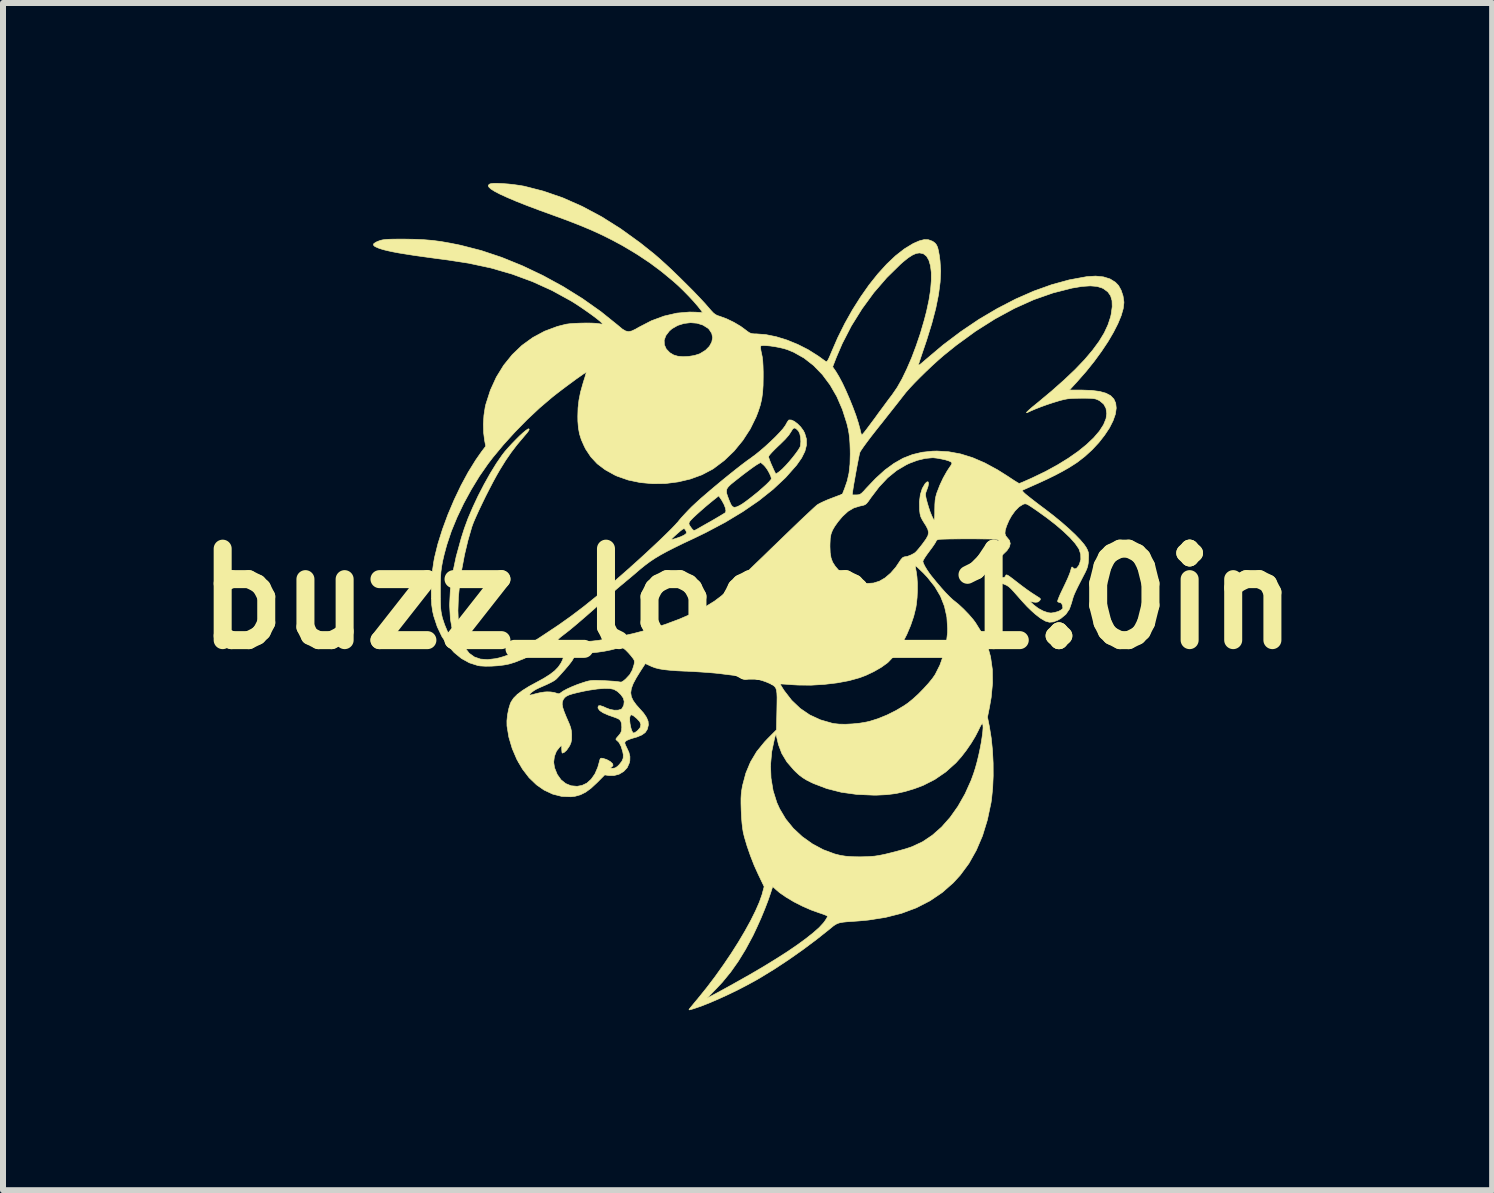
<source format=kicad_pcb>
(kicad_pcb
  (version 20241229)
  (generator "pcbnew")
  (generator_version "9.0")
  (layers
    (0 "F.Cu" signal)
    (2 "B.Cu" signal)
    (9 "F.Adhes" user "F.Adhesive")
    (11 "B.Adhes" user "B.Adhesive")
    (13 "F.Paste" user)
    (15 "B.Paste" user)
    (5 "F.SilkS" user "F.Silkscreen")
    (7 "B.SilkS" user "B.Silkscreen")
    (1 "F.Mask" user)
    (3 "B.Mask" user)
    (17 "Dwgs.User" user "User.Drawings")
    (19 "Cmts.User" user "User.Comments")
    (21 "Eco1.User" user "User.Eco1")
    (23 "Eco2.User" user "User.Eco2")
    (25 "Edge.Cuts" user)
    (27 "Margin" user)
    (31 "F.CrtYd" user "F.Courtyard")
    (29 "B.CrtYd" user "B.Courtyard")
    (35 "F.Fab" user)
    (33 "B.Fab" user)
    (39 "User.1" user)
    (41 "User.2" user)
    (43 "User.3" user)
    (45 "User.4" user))
  (footprint "buzz_logo_1.0in"
    (layer "F.Cu")
    (at 9.405 6.926)
    (property "Reference" "buzz_logo_1.0in" (at 0 0 0) (layer "F.SilkS") (effects (font (size 1.524 1.524) (thickness 0.3))))
    (attr through_hole)
    (fp_poly (pts (xy -4.077 -6.917) (xy -3.982 -6.91) (xy -3.885 -6.899) (xy -3.793 -6.886) (xy -3.723 -6.874) (xy -3.4 -6.791) (xy -3.078 -6.68) (xy -2.757 -6.538) (xy -2.436 -6.367) (xy -2.115 -6.165) (xy -1.792 -5.932) (xy -1.556 -5.744) (xy -1.467 -5.667) (xy -1.364 -5.574) (xy -1.251 -5.468) (xy -1.133 -5.354) (xy -1.016 -5.238) (xy -0.903 -5.125) (xy -0.801 -5.018) (xy -0.713 -4.924) (xy -0.659 -4.862) (xy -0.607 -4.802) (xy -0.568 -4.761) (xy -0.534 -4.735) (xy -0.5 -4.718) (xy -0.462 -4.706) (xy -0.348 -4.664) (xy -0.228 -4.606) (xy -0.115 -4.539) (xy -0.048 -4.49) (xy 0.003 -4.451) (xy 0.04 -4.428) (xy 0.074 -4.417) (xy 0.117 -4.413) (xy 0.147 -4.413) (xy 0.305 -4.401) (xy 0.477 -4.366) (xy 0.656 -4.311) (xy 0.835 -4.238) (xy 1.009 -4.15) (xy 1.171 -4.048) (xy 1.19 -4.035) (xy 1.241 -3.998) (xy 1.283 -3.968) (xy 1.308 -3.951) (xy 1.311 -3.949) (xy 1.325 -3.955) (xy 1.346 -3.988) (xy 1.374 -4.05) (xy 1.398 -4.108) (xy 1.503 -4.35) (xy 1.621 -4.587) (xy 1.748 -4.813) (xy 1.884 -5.028) (xy 2.025 -5.229) (xy 2.171 -5.412) (xy 2.319 -5.575) (xy 2.467 -5.715) (xy 2.613 -5.829) (xy 2.754 -5.915) (xy 2.763 -5.92) (xy 2.862 -5.963) (xy 2.943 -5.984) (xy 3.013 -5.982) (xy 3.076 -5.959) (xy 3.098 -5.946) (xy 3.127 -5.923) (xy 3.149 -5.894) (xy 3.167 -5.854) (xy 3.181 -5.798) (xy 3.195 -5.721) (xy 3.207 -5.628) (xy 3.218 -5.461) (xy 3.209 -5.275) (xy 3.182 -5.068) (xy 3.136 -4.839) (xy 3.07 -4.587) (xy 2.985 -4.312) (xy 2.955 -4.223) (xy 2.924 -4.132) (xy 2.896 -4.049) (xy 2.873 -3.98) (xy 2.857 -3.93) (xy 2.849 -3.906) (xy 2.849 -3.894) (xy 2.863 -3.897) (xy 2.893 -3.919) (xy 2.941 -3.96) (xy 2.971 -3.986) (xy 3.259 -4.229) (xy 3.555 -4.452) (xy 3.856 -4.655) (xy 4.161 -4.835) (xy 4.466 -4.993) (xy 4.769 -5.126) (xy 5.068 -5.233) (xy 5.36 -5.313) (xy 5.643 -5.365) (xy 5.655 -5.367) (xy 5.8 -5.376) (xy 5.929 -5.363) (xy 6.039 -5.329) (xy 6.128 -5.274) (xy 6.181 -5.219) (xy 6.224 -5.141) (xy 6.256 -5.046) (xy 6.27 -4.951) (xy 6.271 -4.933) (xy 6.259 -4.833) (xy 6.225 -4.716) (xy 6.17 -4.583) (xy 6.096 -4.438) (xy 6.005 -4.283) (xy 5.897 -4.121) (xy 5.776 -3.955) (xy 5.642 -3.788) (xy 5.497 -3.623) (xy 5.491 -3.616) (xy 5.363 -3.477) (xy 5.576 -3.477) (xy 5.735 -3.471) (xy 5.867 -3.454) (xy 5.971 -3.425) (xy 6.049 -3.384) (xy 6.103 -3.328) (xy 6.134 -3.259) (xy 6.143 -3.177) (xy 6.129 -3.077) (xy 6.09 -2.966) (xy 6.03 -2.847) (xy 5.949 -2.725) (xy 5.853 -2.602) (xy 5.742 -2.483) (xy 5.622 -2.373) (xy 5.493 -2.273) (xy 5.458 -2.25) (xy 5.356 -2.185) (xy 5.247 -2.123) (xy 5.126 -2.059) (xy 4.987 -1.991) (xy 4.824 -1.916) (xy 4.814 -1.912) (xy 4.572 -1.804) (xy 4.608 -1.765) (xy 4.63 -1.745) (xy 4.674 -1.709) (xy 4.736 -1.66) (xy 4.811 -1.602) (xy 4.895 -1.538) (xy 4.953 -1.495) (xy 5.096 -1.385) (xy 5.229 -1.276) (xy 5.35 -1.17) (xy 5.456 -1.071) (xy 5.543 -0.981) (xy 5.609 -0.903) (xy 5.643 -0.853) (xy 5.665 -0.81) (xy 5.678 -0.773) (xy 5.683 -0.73) (xy 5.681 -0.668) (xy 5.681 -0.655) (xy 5.676 -0.591) (xy 5.667 -0.541) (xy 5.65 -0.491) (xy 5.622 -0.431) (xy 5.604 -0.397) (xy 5.548 -0.288) (xy 5.504 -0.202) (xy 5.471 -0.134) (xy 5.446 -0.079) (xy 5.428 -0.033) (xy 5.415 0.01) (xy 5.403 0.053) (xy 5.401 0.062) (xy 5.363 0.172) (xy 5.303 0.26) (xy 5.219 0.329) (xy 5.167 0.358) (xy 5.094 0.386) (xy 5.028 0.391) (xy 4.962 0.372) (xy 4.887 0.328) (xy 4.862 0.31) (xy 4.793 0.256) (xy 4.727 0.197) (xy 4.658 0.13) (xy 4.582 0.048) (xy 4.492 -0.054) (xy 4.49 -0.056) (xy 4.433 -0.121) (xy 4.39 -0.167) (xy 4.355 -0.199) (xy 4.321 -0.222) (xy 4.281 -0.24) (xy 4.235 -0.258) (xy 4.13 -0.304) (xy 4.043 -0.358) (xy 3.977 -0.416) (xy 3.935 -0.476) (xy 3.93 -0.496) (xy 4.032 -0.496) (xy 4.048 -0.437) (xy 4.079 -0.396) (xy 4.113 -0.367) (xy 4.15 -0.353) (xy 4.203 -0.349) (xy 4.206 -0.349) (xy 4.256 -0.351) (xy 4.284 -0.36) (xy 4.298 -0.379) (xy 4.299 -0.382) (xy 4.306 -0.395) (xy 4.318 -0.398) (xy 4.339 -0.389) (xy 4.373 -0.366) (xy 4.425 -0.327) (xy 4.462 -0.298) (xy 4.567 -0.217) (xy 4.655 -0.152) (xy 4.733 -0.098) (xy 4.806 -0.051) (xy 4.823 -0.04) (xy 4.863 -0.015) (xy 4.88 0.002) (xy 4.877 0.017) (xy 4.864 0.034) (xy 4.837 0.054) (xy 4.802 0.059) (xy 4.771 0.056) (xy 4.707 0.046) (xy 4.77 0.104) (xy 4.845 0.161) (xy 4.927 0.205) (xy 5.006 0.232) (xy 5.056 0.238) (xy 5.112 0.23) (xy 5.172 0.213) (xy 5.187 0.207) (xy 5.227 0.185) (xy 5.251 0.163) (xy 5.254 0.156) (xy 5.246 0.105) (xy 5.227 0.072) (xy 5.206 0.064) (xy 5.176 0.055) (xy 5.166 0.046) (xy 5.169 0.026) (xy 5.185 -0.016) (xy 5.21 -0.076) (xy 5.244 -0.147) (xy 5.26 -0.18) (xy 5.299 -0.262) (xy 5.335 -0.34) (xy 5.363 -0.408) (xy 5.381 -0.457) (xy 5.383 -0.467) (xy 5.395 -0.511) (xy 5.405 -0.529) (xy 5.415 -0.526) (xy 5.424 -0.515) (xy 5.451 -0.496) (xy 5.482 -0.508) (xy 5.516 -0.55) (xy 5.528 -0.573) (xy 5.553 -0.654) (xy 5.551 -0.742) (xy 5.523 -0.827) (xy 5.517 -0.838) (xy 5.459 -0.922) (xy 5.374 -1.018) (xy 5.265 -1.122) (xy 5.136 -1.233) (xy 4.988 -1.348) (xy 4.824 -1.466) (xy 4.727 -1.532) (xy 4.678 -1.563) (xy 4.645 -1.579) (xy 4.62 -1.582) (xy 4.593 -1.574) (xy 4.588 -1.572) (xy 4.523 -1.531) (xy 4.458 -1.465) (xy 4.397 -1.38) (xy 4.355 -1.304) (xy 4.316 -1.213) (xy 4.294 -1.143) (xy 4.289 -1.09) (xy 4.301 -1.049) (xy 4.323 -1.022) (xy 4.364 -0.972) (xy 4.377 -0.92) (xy 4.363 -0.864) (xy 4.322 -0.802) (xy 4.251 -0.733) (xy 4.196 -0.688) (xy 4.14 -0.642) (xy 4.092 -0.601) (xy 4.059 -0.569) (xy 4.048 -0.555) (xy 4.032 -0.496) (xy 3.93 -0.496) (xy 3.922 -0.532) (xy 3.935 -0.589) (xy 3.973 -0.661) (xy 4.034 -0.745) (xy 4.086 -0.806) (xy 4.144 -0.873) (xy 4.177 -0.923) (xy 4.189 -0.957) (xy 4.178 -0.978) (xy 4.147 -0.99) (xy 4.119 -0.993) (xy 4.064 -0.995) (xy 3.988 -0.996) (xy 3.895 -0.997) (xy 3.792 -0.998) (xy 3.682 -0.998) (xy 3.572 -0.998) (xy 3.467 -0.997) (xy 3.37 -0.996) (xy 3.289 -0.994) (xy 3.228 -0.992) (xy 3.191 -0.99) (xy 3.187 -0.99) (xy 3.155 -0.978) (xy 3.143 -0.962) (xy 3.134 -0.942) (xy 3.109 -0.903) (xy 3.073 -0.851) (xy 3.032 -0.796) (xy 2.988 -0.736) (xy 2.952 -0.683) (xy 2.929 -0.643) (xy 2.921 -0.624) (xy 2.93 -0.591) (xy 2.955 -0.54) (xy 2.992 -0.479) (xy 3.036 -0.415) (xy 3.062 -0.381) (xy 3.145 -0.279) (xy 3.226 -0.184) (xy 3.301 -0.1) (xy 3.367 -0.033) (xy 3.419 0.016) (xy 3.438 0.031) (xy 3.514 0.092) (xy 3.599 0.171) (xy 3.684 0.259) (xy 3.759 0.346) (xy 3.797 0.397) (xy 3.909 0.577) (xy 3.993 0.766) (xy 4.049 0.967) (xy 4.079 1.179) (xy 4.082 1.405) (xy 4.059 1.647) (xy 4.031 1.807) (xy 3.998 1.972) (xy 4.03 2.133) (xy 4.06 2.32) (xy 4.081 2.525) (xy 4.092 2.739) (xy 4.093 2.952) (xy 4.084 3.156) (xy 4.065 3.341) (xy 4.057 3.397) (xy 3.996 3.685) (xy 3.915 3.949) (xy 3.812 4.19) (xy 3.689 4.409) (xy 3.544 4.605) (xy 3.429 4.731) (xy 3.244 4.894) (xy 3.039 5.033) (xy 2.813 5.149) (xy 2.566 5.241) (xy 2.298 5.309) (xy 2.009 5.354) (xy 1.857 5.368) (xy 1.744 5.376) (xy 1.656 5.382) (xy 1.59 5.389) (xy 1.539 5.398) (xy 1.5 5.41) (xy 1.465 5.428) (xy 1.431 5.451) (xy 1.392 5.483) (xy 1.354 5.514) (xy 1.145 5.68) (xy 0.92 5.848) (xy 0.687 6.012) (xy 0.454 6.166) (xy 0.229 6.304) (xy 0.135 6.359) (xy -0.014 6.44) (xy -0.172 6.522) (xy -0.334 6.6) (xy -0.492 6.672) (xy -0.641 6.736) (xy -0.776 6.789) (xy -0.89 6.828) (xy -0.903 6.832) (xy -0.95 6.846) (xy -0.973 6.85) (xy -0.975 6.844) (xy -0.966 6.83) (xy -0.948 6.808) (xy -0.914 6.767) (xy -0.87 6.713) (xy -0.825 6.66) (xy -0.822 6.656) (xy -0.675 6.656) (xy -0.548 6.588) (xy -0.488 6.556) (xy -0.409 6.513) (xy -0.32 6.464) (xy -0.228 6.413) (xy -0.191 6.392) (xy 0.047 6.258) (xy 0.27 6.127) (xy 0.475 6.001) (xy 0.663 5.881) (xy 0.83 5.767) (xy 0.975 5.661) (xy 1.097 5.564) (xy 1.194 5.478) (xy 1.264 5.402) (xy 1.286 5.373) (xy 1.313 5.332) (xy 1.33 5.301) (xy 1.333 5.291) (xy 1.319 5.28) (xy 1.282 5.264) (xy 1.227 5.244) (xy 1.195 5.234) (xy 1.056 5.184) (xy 0.913 5.121) (xy 0.773 5.05) (xy 0.644 4.973) (xy 0.534 4.897) (xy 0.481 4.852) (xy 0.419 4.796) (xy 0.382 4.91) (xy 0.34 5.032) (xy 0.286 5.172) (xy 0.225 5.32) (xy 0.159 5.467) (xy 0.095 5.603) (xy 0.086 5.621) (xy -0.034 5.844) (xy -0.155 6.041) (xy -0.282 6.221) (xy -0.419 6.388) (xy -0.523 6.499) (xy -0.675 6.656) (xy -0.822 6.656) (xy -0.681 6.481) (xy -0.539 6.294) (xy -0.403 6.103) (xy -0.273 5.911) (xy -0.153 5.722) (xy -0.044 5.538) (xy 0.052 5.364) (xy 0.133 5.201) (xy 0.197 5.055) (xy 0.242 4.928) (xy 0.249 4.9) (xy 0.277 4.797) (xy 0.179 4.593) (xy 0.111 4.443) (xy 0.048 4.281) (xy -0.008 4.12) (xy -0.053 3.968) (xy -0.072 3.889) (xy -0.082 3.827) (xy -0.092 3.742) (xy -0.1 3.643) (xy -0.105 3.539) (xy -0.106 3.516) (xy -0.109 3.41) (xy -0.109 3.327) (xy -0.105 3.259) (xy -0.098 3.197) (xy -0.087 3.133) (xy -0.083 3.111) (xy -0.028 2.905) (xy 0.028 2.771) (xy 0.383 2.771) (xy 0.391 2.988) (xy 0.426 3.198) (xy 0.488 3.396) (xy 0.535 3.5) (xy 0.636 3.67) (xy 0.763 3.826) (xy 0.913 3.965) (xy 1.08 4.084) (xy 1.261 4.181) (xy 1.452 4.252) (xy 1.548 4.276) (xy 1.639 4.29) (xy 1.752 4.298) (xy 1.875 4.3) (xy 1.999 4.297) (xy 2.113 4.289) (xy 2.193 4.277) (xy 2.291 4.257) (xy 2.401 4.23) (xy 2.515 4.2) (xy 2.623 4.17) (xy 2.713 4.141) (xy 2.748 4.128) (xy 2.918 4.048) (xy 3.08 3.939) (xy 3.234 3.803) (xy 3.377 3.641) (xy 3.507 3.457) (xy 3.624 3.251) (xy 3.725 3.026) (xy 3.767 2.911) (xy 3.796 2.82) (xy 3.824 2.719) (xy 3.85 2.613) (xy 3.873 2.505) (xy 3.893 2.401) (xy 3.908 2.304) (xy 3.919 2.22) (xy 3.924 2.152) (xy 3.922 2.104) (xy 3.913 2.081) (xy 3.909 2.08) (xy 3.897 2.094) (xy 3.877 2.129) (xy 3.853 2.179) (xy 3.85 2.186) (xy 3.796 2.291) (xy 3.726 2.407) (xy 3.645 2.525) (xy 3.56 2.635) (xy 3.478 2.727) (xy 3.472 2.734) (xy 3.302 2.886) (xy 3.12 3.011) (xy 2.923 3.111) (xy 2.778 3.165) (xy 2.622 3.212) (xy 2.474 3.245) (xy 2.322 3.264) (xy 2.156 3.272) (xy 2.095 3.272) (xy 1.82 3.26) (xy 1.562 3.224) (xy 1.322 3.163) (xy 1.102 3.079) (xy 1.065 3.062) (xy 0.982 3.02) (xy 0.919 2.981) (xy 0.862 2.938) (xy 0.801 2.882) (xy 0.771 2.852) (xy 0.656 2.719) (xy 0.571 2.578) (xy 0.516 2.433) (xy 0.511 2.413) (xy 0.498 2.357) (xy 0.486 2.306) (xy 0.483 2.294) (xy 0.476 2.268) (xy 0.47 2.264) (xy 0.462 2.285) (xy 0.45 2.326) (xy 0.403 2.548) (xy 0.383 2.771) (xy 0.028 2.771) (xy 0.05 2.719) (xy 0.152 2.548) (xy 0.282 2.388) (xy 0.332 2.335) (xy 0.482 2.184) (xy 0.489 1.854) (xy 0.491 1.735) (xy 0.492 1.642) (xy 0.489 1.573) (xy 0.482 1.522) (xy 0.469 1.485) (xy 0.449 1.459) (xy 0.42 1.438) (xy 0.386 1.42) (xy 0.544 1.42) (xy 0.55 1.434) (xy 0.57 1.467) (xy 0.6 1.515) (xy 0.612 1.533) (xy 0.735 1.692) (xy 0.877 1.827) (xy 1.037 1.936) (xy 1.215 2.018) (xy 1.409 2.074) (xy 1.442 2.08) (xy 1.527 2.089) (xy 1.633 2.091) (xy 1.751 2.085) (xy 1.87 2.073) (xy 1.981 2.054) (xy 2.038 2.041) (xy 2.177 1.997) (xy 2.326 1.936) (xy 2.474 1.862) (xy 2.608 1.782) (xy 2.675 1.736) (xy 2.757 1.669) (xy 2.846 1.588) (xy 2.933 1.499) (xy 3.014 1.41) (xy 3.081 1.328) (xy 3.126 1.263) (xy 3.205 1.106) (xy 3.267 0.931) (xy 3.311 0.748) (xy 3.332 0.565) (xy 3.333 0.497) (xy 3.321 0.305) (xy 3.281 0.126) (xy 3.215 -0.042) (xy 3.12 -0.203) (xy 2.995 -0.36) (xy 2.929 -0.43) (xy 2.878 -0.479) (xy 2.837 -0.518) (xy 2.808 -0.543) (xy 2.798 -0.549) (xy 2.797 -0.531) (xy 2.803 -0.492) (xy 2.811 -0.45) (xy 2.823 -0.364) (xy 2.83 -0.257) (xy 2.83 -0.138) (xy 2.825 -0.019) (xy 2.813 0.091) (xy 2.804 0.149) (xy 2.768 0.295) (xy 2.717 0.445) (xy 2.654 0.594) (xy 2.582 0.735) (xy 2.504 0.864) (xy 2.423 0.973) (xy 2.342 1.058) (xy 2.327 1.071) (xy 2.225 1.144) (xy 2.103 1.214) (xy 1.972 1.276) (xy 1.866 1.316) (xy 1.689 1.365) (xy 1.49 1.402) (xy 1.277 1.427) (xy 1.059 1.44) (xy 0.843 1.438) (xy 0.738 1.432) (xy 0.664 1.426) (xy 0.603 1.422) (xy 0.561 1.42) (xy 0.544 1.42) (xy 0.544 1.42) (xy 0.386 1.42) (xy 0.383 1.418) (xy 0.362 1.408) (xy 0.31 1.386) (xy 0.253 1.366) (xy 0.187 1.347) (xy 0.11 1.33) (xy 0.016 1.313) (xy -0.096 1.295) (xy -0.231 1.276) (xy -0.393 1.256) (xy -0.469 1.246) (xy -0.55 1.238) (xy -0.654 1.229) (xy -0.772 1.221) (xy -0.896 1.213) (xy -1.016 1.207) (xy -1.033 1.207) (xy -1.177 1.2) (xy -1.295 1.191) (xy -1.391 1.181) (xy -1.469 1.168) (xy -1.534 1.152) (xy -1.592 1.131) (xy -1.64 1.109) (xy -1.678 1.091) (xy -1.701 1.082) (xy -1.705 1.082) (xy -1.714 1.097) (xy -1.737 1.132) (xy -1.768 1.18) (xy -1.781 1.2) (xy -1.853 1.316) (xy -1.905 1.413) (xy -1.936 1.495) (xy -1.946 1.567) (xy -1.936 1.633) (xy -1.905 1.698) (xy -1.855 1.767) (xy -1.808 1.82) (xy -1.733 1.904) (xy -1.684 1.976) (xy -1.657 2.041) (xy -1.652 2.102) (xy -1.667 2.165) (xy -1.674 2.182) (xy -1.705 2.229) (xy -1.761 2.269) (xy -1.842 2.303) (xy -1.912 2.323) (xy -1.967 2.341) (xy -2.011 2.36) (xy -2.031 2.373) (xy -2.043 2.39) (xy -2.044 2.41) (xy -2.032 2.442) (xy -2.013 2.481) (xy -1.976 2.561) (xy -1.96 2.628) (xy -1.961 2.694) (xy -1.97 2.736) (xy -2.005 2.814) (xy -2.063 2.877) (xy -2.14 2.923) (xy -2.227 2.946) (xy -2.312 2.945) (xy -2.38 2.935) (xy -2.511 3.067) (xy -2.609 3.158) (xy -2.698 3.223) (xy -2.784 3.266) (xy -2.874 3.291) (xy -2.943 3.299) (xy -3.096 3.293) (xy -3.246 3.255) (xy -3.391 3.187) (xy -3.516 3.1) (xy -3.64 2.981) (xy -3.75 2.837) (xy -3.817 2.723) (xy -3.23 2.723) (xy -3.216 2.815) (xy -3.171 2.927) (xy -3.108 3.016) (xy -3.03 3.079) (xy -2.94 3.116) (xy -2.84 3.125) (xy -2.757 3.11) (xy -2.677 3.072) (xy -2.605 3.007) (xy -2.543 2.919) (xy -2.496 2.811) (xy -2.474 2.734) (xy -2.462 2.686) (xy -2.451 2.662) (xy -2.434 2.656) (xy -2.406 2.66) (xy -2.345 2.68) (xy -2.289 2.711) (xy -2.251 2.746) (xy -2.248 2.75) (xy -2.241 2.776) (xy -2.259 2.799) (xy -2.263 2.801) (xy -2.282 2.817) (xy -2.276 2.824) (xy -2.244 2.825) (xy -2.206 2.819) (xy -2.168 2.794) (xy -2.137 2.763) (xy -2.093 2.707) (xy -2.072 2.656) (xy -2.07 2.599) (xy -2.079 2.55) (xy -2.106 2.461) (xy -2.14 2.396) (xy -2.174 2.362) (xy -2.191 2.349) (xy -2.192 2.335) (xy -2.175 2.311) (xy -2.15 2.283) (xy -2.116 2.24) (xy -2.1 2.201) (xy -2.096 2.149) (xy -2.095 2.142) (xy -2.1 2.075) (xy -2.116 2.03) (xy -2.125 2.022) (xy -1.964 2.022) (xy -1.958 2.08) (xy -1.947 2.139) (xy -1.932 2.19) (xy -1.914 2.226) (xy -1.898 2.238) (xy -1.874 2.228) (xy -1.839 2.203) (xy -1.827 2.192) (xy -1.787 2.144) (xy -1.777 2.097) (xy -1.795 2.049) (xy -1.844 1.996) (xy -1.856 1.986) (xy -1.899 1.951) (xy -1.926 1.936) (xy -1.943 1.936) (xy -1.952 1.944) (xy -1.962 1.974) (xy -1.964 2.022) (xy -2.125 2.022) (xy -2.151 2.001) (xy -2.208 1.977) (xy -2.21 1.977) (xy -2.324 1.937) (xy -2.407 1.9) (xy -2.461 1.864) (xy -2.489 1.827) (xy -2.492 1.807) (xy -2.483 1.784) (xy -2.453 1.781) (xy -2.401 1.798) (xy -2.359 1.818) (xy -2.29 1.844) (xy -2.22 1.857) (xy -2.156 1.856) (xy -2.107 1.842) (xy -2.092 1.83) (xy -2.062 1.775) (xy -2.055 1.712) (xy -2.069 1.656) (xy -2.111 1.597) (xy -2.167 1.544) (xy -2.226 1.51) (xy -2.228 1.509) (xy -2.293 1.496) (xy -2.385 1.494) (xy -2.501 1.503) (xy -2.637 1.523) (xy -2.723 1.539) (xy -2.832 1.563) (xy -2.915 1.584) (xy -2.975 1.603) (xy -3.018 1.624) (xy -3.047 1.647) (xy -3.068 1.676) (xy -3.073 1.685) (xy -3.086 1.72) (xy -3.088 1.76) (xy -3.079 1.812) (xy -3.057 1.878) (xy -3.022 1.965) (xy -2.998 2.02) (xy -2.966 2.094) (xy -2.946 2.151) (xy -2.935 2.202) (xy -2.931 2.256) (xy -2.931 2.279) (xy -2.932 2.345) (xy -2.941 2.394) (xy -2.959 2.439) (xy -2.974 2.465) (xy -3.014 2.523) (xy -3.055 2.56) (xy -3.087 2.572) (xy -3.092 2.558) (xy -3.095 2.522) (xy -3.096 2.506) (xy -3.096 2.44) (xy -3.129 2.47) (xy -3.184 2.54) (xy -3.218 2.627) (xy -3.23 2.723) (xy -3.817 2.723) (xy -3.845 2.673) (xy -3.921 2.495) (xy -3.977 2.306) (xy -4.008 2.119) (xy -4.009 2.033) (xy -3.999 1.934) (xy -3.979 1.835) (xy -3.953 1.749) (xy -3.939 1.718) (xy -3.898 1.656) (xy -3.845 1.603) (xy -3.635 1.603) (xy -3.622 1.605) (xy -3.586 1.598) (xy -3.536 1.584) (xy -3.465 1.567) (xy -3.387 1.554) (xy -3.342 1.551) (xy -3.28 1.553) (xy -3.222 1.562) (xy -3.194 1.57) (xy -3.156 1.583) (xy -3.132 1.58) (xy -3.115 1.568) (xy -3.072 1.538) (xy -3.007 1.503) (xy -2.926 1.466) (xy -2.837 1.43) (xy -2.75 1.4) (xy -2.694 1.382) (xy -2.649 1.37) (xy -2.606 1.363) (xy -2.558 1.36) (xy -2.496 1.361) (xy -2.413 1.364) (xy -2.381 1.365) (xy -2.297 1.37) (xy -2.223 1.375) (xy -2.165 1.381) (xy -2.13 1.386) (xy -2.124 1.388) (xy -2.099 1.387) (xy -2.063 1.365) (xy -2.027 1.334) (xy -1.962 1.264) (xy -1.919 1.187) (xy -1.891 1.098) (xy -1.884 1.059) (xy -1.886 1.031) (xy -1.901 1.002) (xy -1.932 0.962) (xy -1.942 0.949) (xy -1.984 0.901) (xy -2.026 0.858) (xy -2.052 0.836) (xy -2.081 0.817) (xy -2.108 0.811) (xy -2.145 0.817) (xy -2.171 0.825) (xy -2.276 0.852) (xy -2.379 0.873) (xy -2.492 0.89) (xy -2.623 0.904) (xy -2.654 0.907) (xy -2.871 0.926) (xy -2.899 0.989) (xy -2.917 1.022) (xy -2.946 1.063) (xy -2.987 1.115) (xy -3.044 1.182) (xy -3.119 1.266) (xy -3.165 1.316) (xy -3.192 1.343) (xy -3.229 1.369) (xy -3.278 1.396) (xy -3.346 1.429) (xy -3.437 1.469) (xy -3.476 1.486) (xy -3.529 1.512) (xy -3.578 1.544) (xy -3.616 1.574) (xy -3.635 1.599) (xy -3.635 1.603) (xy -3.845 1.603) (xy -3.836 1.594) (xy -3.752 1.53) (xy -3.642 1.461) (xy -3.526 1.398) (xy -3.396 1.327) (xy -3.293 1.262) (xy -3.214 1.201) (xy -3.154 1.139) (xy -3.11 1.075) (xy -3.102 1.06) (xy -3.08 1.014) (xy -3.071 0.985) (xy -3.076 0.963) (xy -3.088 0.942) (xy -3.103 0.921) (xy -3.119 0.905) (xy -3.143 0.894) (xy -3.181 0.885) (xy -3.239 0.875) (xy -3.295 0.867) (xy -3.437 0.846) (xy -3.556 0.912) (xy -3.721 0.996) (xy -3.881 1.059) (xy -3.977 1.088) (xy -4.061 1.104) (xy -4.161 1.116) (xy -4.267 1.123) (xy -4.368 1.124) (xy -4.455 1.119) (xy -4.496 1.112) (xy -4.636 1.067) (xy -4.768 0.994) (xy -4.89 0.894) (xy -4.999 0.771) (xy -5.093 0.628) (xy -5.17 0.466) (xy -5.228 0.29) (xy -5.247 0.208) (xy -5.262 0.104) (xy -5.269 -0.023) (xy -5.269 -0.119) (xy -5.118 -0.119) (xy -5.118 -0.005) (xy -5.116 0.084) (xy -5.113 0.153) (xy -5.107 0.208) (xy -5.099 0.256) (xy -5.088 0.304) (xy -5.083 0.325) (xy -5.047 0.433) (xy -5.002 0.541) (xy -4.951 0.639) (xy -4.899 0.718) (xy -4.88 0.741) (xy -4.826 0.802) (xy -4.852 0.738) (xy -4.914 0.548) (xy -4.951 0.337) (xy -4.964 0.107) (xy -4.952 -0.143) (xy -4.916 -0.412) (xy -4.855 -0.701) (xy -4.77 -1.009) (xy -4.72 -1.167) (xy -4.657 -1.338) (xy -4.578 -1.523) (xy -4.488 -1.715) (xy -4.389 -1.906) (xy -4.287 -2.088) (xy -4.185 -2.254) (xy -4.092 -2.389) (xy -4.046 -2.449) (xy -3.989 -2.514) (xy -3.926 -2.583) (xy -3.861 -2.65) (xy -3.798 -2.713) (xy -3.74 -2.766) (xy -3.693 -2.805) (xy -3.659 -2.828) (xy -3.645 -2.832) (xy -3.638 -2.822) (xy -3.646 -2.802) (xy -3.671 -2.767) (xy -3.716 -2.714) (xy -3.732 -2.695) (xy -3.841 -2.566) (xy -3.938 -2.439) (xy -4.031 -2.304) (xy -4.126 -2.151) (xy -4.179 -2.059) (xy -4.238 -1.951) (xy -4.3 -1.832) (xy -4.363 -1.709) (xy -4.423 -1.585) (xy -4.479 -1.468) (xy -4.527 -1.362) (xy -4.566 -1.272) (xy -4.591 -1.204) (xy -4.593 -1.199) (xy -4.658 -0.974) (xy -4.715 -0.736) (xy -4.761 -0.491) (xy -4.796 -0.248) (xy -4.818 -0.017) (xy -4.825 0.196) (xy -4.825 0.198) (xy -4.818 0.396) (xy -4.795 0.565) (xy -4.758 0.706) (xy -4.705 0.821) (xy -4.636 0.909) (xy -4.551 0.97) (xy -4.45 1.005) (xy -4.332 1.014) (xy -4.197 0.998) (xy -4.139 0.985) (xy -4.063 0.963) (xy -3.987 0.936) (xy -3.906 0.902) (xy -3.819 0.86) (xy -3.723 0.807) (xy -3.613 0.741) (xy -3.487 0.663) (xy -3.343 0.568) (xy -3.176 0.457) (xy -3.145 0.436) (xy -2.946 0.295) (xy -2.728 0.13) (xy -2.491 -0.061) (xy -2.235 -0.276) (xy -1.962 -0.515) (xy -1.951 -0.526) (xy -1.818 -0.645) (xy -1.689 -0.763) (xy -1.567 -0.877) (xy -1.454 -0.983) (xy -1.447 -0.99) (xy -1.269 -0.99) (xy -1.267 -0.984) (xy -1.266 -0.984) (xy -1.25 -0.989) (xy -1.213 -0.999) (xy -1.188 -1.007) (xy -1.114 -1.033) (xy -1.057 -1.06) (xy -1.023 -1.086) (xy -1.016 -1.101) (xy -1.025 -1.129) (xy -1.038 -1.151) (xy -1.05 -1.165) (xy -1.064 -1.167) (xy -1.085 -1.156) (xy -1.12 -1.129) (xy -1.165 -1.09) (xy -1.221 -1.04) (xy -1.255 -1.007) (xy -1.269 -0.99) (xy -1.447 -0.99) (xy -1.354 -1.08) (xy -1.268 -1.165) (xy -1.201 -1.235) (xy -1.194 -1.243) (xy -0.976 -1.243) (xy -0.96 -1.214) (xy -0.944 -1.19) (xy -0.916 -1.153) (xy -0.896 -1.139) (xy -0.875 -1.142) (xy -0.867 -1.146) (xy -0.842 -1.159) (xy -0.795 -1.186) (xy -0.732 -1.222) (xy -0.658 -1.264) (xy -0.611 -1.29) (xy -0.534 -1.335) (xy -0.466 -1.375) (xy -0.413 -1.407) (xy -0.378 -1.429) (xy -0.369 -1.436) (xy -0.36 -1.463) (xy -0.368 -1.51) (xy -0.39 -1.568) (xy -0.423 -1.63) (xy -0.439 -1.655) (xy -0.48 -1.714) (xy -0.562 -1.649) (xy -0.632 -1.592) (xy -0.706 -1.53) (xy -0.779 -1.466) (xy -0.846 -1.406) (xy -0.902 -1.354) (xy -0.942 -1.313) (xy -0.961 -1.291) (xy -0.975 -1.265) (xy -0.976 -1.243) (xy -1.194 -1.243) (xy -1.153 -1.288) (xy -1.143 -1.302) (xy -1.104 -1.348) (xy -1.049 -1.408) (xy -0.987 -1.474) (xy -0.93 -1.532) (xy -0.861 -1.596) (xy -0.773 -1.676) (xy -0.669 -1.765) (xy -0.633 -1.796) (xy -0.352 -1.796) (xy -0.348 -1.756) (xy -0.332 -1.707) (xy -0.308 -1.643) (xy -0.306 -1.639) (xy -0.278 -1.573) (xy -0.252 -1.536) (xy -0.221 -1.522) (xy -0.179 -1.531) (xy -0.138 -1.55) (xy -0.091 -1.577) (xy -0.031 -1.619) (xy 0.038 -1.671) (xy 0.111 -1.729) (xy 0.185 -1.789) (xy 0.253 -1.849) (xy 0.313 -1.903) (xy 0.36 -1.95) (xy 0.389 -1.984) (xy 0.397 -2) (xy 0.388 -2.039) (xy 0.364 -2.092) (xy 0.332 -2.149) (xy 0.296 -2.199) (xy 0.267 -2.23) (xy 0.219 -2.271) (xy 0.156 -2.235) (xy 0.123 -2.213) (xy 0.07 -2.176) (xy 0.004 -2.127) (xy -0.071 -2.071) (xy -0.132 -2.023) (xy -0.216 -1.957) (xy -0.278 -1.907) (xy -0.32 -1.866) (xy -0.344 -1.831) (xy -0.352 -1.796) (xy -0.633 -1.796) (xy -0.555 -1.862) (xy -0.436 -1.961) (xy -0.317 -2.058) (xy -0.202 -2.15) (xy -0.097 -2.232) (xy -0.007 -2.3) (xy 0.05 -2.34) (xy 0.088 -2.368) (xy 0.349 -2.368) (xy 0.355 -2.346) (xy 0.37 -2.304) (xy 0.391 -2.251) (xy 0.416 -2.195) (xy 0.439 -2.143) (xy 0.459 -2.102) (xy 0.472 -2.081) (xy 0.473 -2.08) (xy 0.488 -2.089) (xy 0.518 -2.11) (xy 0.534 -2.122) (xy 0.58 -2.162) (xy 0.635 -2.218) (xy 0.693 -2.283) (xy 0.751 -2.352) (xy 0.803 -2.419) (xy 0.846 -2.479) (xy 0.874 -2.526) (xy 0.882 -2.548) (xy 0.888 -2.618) (xy 0.884 -2.689) (xy 0.87 -2.752) (xy 0.849 -2.794) (xy 0.848 -2.796) (xy 0.808 -2.835) (xy 0.778 -2.846) (xy 0.753 -2.829) (xy 0.725 -2.784) (xy 0.724 -2.782) (xy 0.688 -2.727) (xy 0.627 -2.657) (xy 0.542 -2.573) (xy 0.517 -2.55) (xy 0.457 -2.492) (xy 0.407 -2.441) (xy 0.37 -2.399) (xy 0.351 -2.373) (xy 0.349 -2.368) (xy 0.088 -2.368) (xy 0.126 -2.396) (xy 0.21 -2.464) (xy 0.297 -2.539) (xy 0.383 -2.618) (xy 0.464 -2.696) (xy 0.535 -2.77) (xy 0.592 -2.834) (xy 0.629 -2.885) (xy 0.639 -2.902) (xy 0.662 -2.944) (xy 0.683 -2.973) (xy 0.69 -2.979) (xy 0.73 -2.978) (xy 0.779 -2.956) (xy 0.833 -2.915) (xy 0.885 -2.863) (xy 0.929 -2.803) (xy 0.952 -2.759) (xy 0.981 -2.661) (xy 0.982 -2.561) (xy 0.956 -2.457) (xy 0.901 -2.346) (xy 0.817 -2.226) (xy 0.809 -2.217) (xy 0.633 -2.018) (xy 0.426 -1.824) (xy 0.189 -1.635) (xy -0.078 -1.452) (xy -0.373 -1.274) (xy -0.696 -1.103) (xy -0.894 -1.007) (xy -1.067 -0.926) (xy -1.214 -0.854) (xy -1.34 -0.79) (xy -1.448 -0.731) (xy -1.542 -0.675) (xy -1.626 -0.619) (xy -1.704 -0.561) (xy -1.78 -0.5) (xy -1.814 -0.471) (xy -1.879 -0.415) (xy -1.956 -0.35) (xy -2.031 -0.288) (xy -2.054 -0.268) (xy -2.109 -0.223) (xy -2.181 -0.162) (xy -2.262 -0.091) (xy -2.347 -0.017) (xy -2.411 0.041) (xy -2.556 0.171) (xy -2.681 0.281) (xy -2.789 0.374) (xy -2.882 0.453) (xy -2.964 0.521) (xy -3.038 0.579) (xy -3.054 0.591) (xy -3.111 0.635) (xy -3.145 0.665) (xy -3.16 0.684) (xy -3.16 0.696) (xy -3.149 0.705) (xy -3.118 0.713) (xy -3.061 0.718) (xy -2.984 0.721) (xy -2.893 0.721) (xy -2.794 0.718) (xy -2.693 0.713) (xy -2.595 0.706) (xy -2.507 0.696) (xy -2.477 0.692) (xy -2.186 0.642) (xy -1.904 0.58) (xy -1.633 0.509) (xy -1.376 0.429) (xy -1.137 0.34) (xy -0.917 0.245) (xy -0.721 0.145) (xy -0.551 0.04) (xy -0.437 -0.046) (xy -0.403 -0.076) (xy -0.349 -0.126) (xy -0.277 -0.193) (xy -0.189 -0.276) (xy -0.088 -0.372) (xy 0.024 -0.478) (xy 0.143 -0.593) (xy 0.269 -0.714) (xy 0.396 -0.838) (xy 0.433 -0.873) (xy 1.373 -0.873) (xy 1.377 -0.767) (xy 1.391 -0.682) (xy 1.417 -0.61) (xy 1.46 -0.543) (xy 1.518 -0.475) (xy 1.621 -0.384) (xy 1.736 -0.316) (xy 1.857 -0.272) (xy 1.98 -0.254) (xy 2.099 -0.262) (xy 2.198 -0.293) (xy 2.292 -0.348) (xy 2.384 -0.427) (xy 2.469 -0.524) (xy 2.516 -0.594) (xy 2.554 -0.651) (xy 2.583 -0.684) (xy 2.609 -0.697) (xy 2.616 -0.698) (xy 2.666 -0.707) (xy 2.725 -0.73) (xy 2.779 -0.759) (xy 2.799 -0.775) (xy 2.822 -0.799) (xy 2.858 -0.841) (xy 2.901 -0.895) (xy 2.923 -0.924) (xy 2.975 -0.996) (xy 3.006 -1.053) (xy 3.015 -1.103) (xy 3.005 -1.154) (xy 2.975 -1.214) (xy 2.946 -1.259) (xy 2.91 -1.318) (xy 2.887 -1.365) (xy 2.874 -1.415) (xy 2.866 -1.481) (xy 2.866 -1.49) (xy 2.864 -1.617) (xy 2.879 -1.735) (xy 2.911 -1.837) (xy 2.958 -1.917) (xy 2.965 -1.925) (xy 2.993 -1.949) (xy 3.01 -1.946) (xy 3.015 -1.921) (xy 3.008 -1.875) (xy 2.987 -1.814) (xy 2.986 -1.81) (xy 2.972 -1.775) (xy 2.966 -1.747) (xy 2.967 -1.716) (xy 2.975 -1.673) (xy 2.992 -1.609) (xy 2.994 -1.601) (xy 3.017 -1.524) (xy 3.042 -1.449) (xy 3.068 -1.385) (xy 3.091 -1.337) (xy 3.108 -1.312) (xy 3.109 -1.311) (xy 3.113 -1.323) (xy 3.117 -1.361) (xy 3.119 -1.419) (xy 3.119 -1.482) (xy 3.121 -1.573) (xy 3.126 -1.643) (xy 3.137 -1.703) (xy 3.154 -1.764) (xy 3.157 -1.77) (xy 3.203 -1.89) (xy 3.26 -2.012) (xy 3.323 -2.124) (xy 3.361 -2.182) (xy 3.391 -2.225) (xy 3.404 -2.252) (xy 3.403 -2.268) (xy 3.389 -2.28) (xy 3.355 -2.296) (xy 3.298 -2.314) (xy 3.23 -2.329) (xy 3.159 -2.342) (xy 3.097 -2.349) (xy 3.077 -2.349) (xy 2.959 -2.338) (xy 2.828 -2.306) (xy 2.695 -2.256) (xy 2.643 -2.231) (xy 2.484 -2.137) (xy 2.334 -2.015) (xy 2.192 -1.864) (xy 2.054 -1.683) (xy 2.049 -1.675) (xy 2.011 -1.621) (xy 1.983 -1.587) (xy 1.957 -1.567) (xy 1.923 -1.555) (xy 1.875 -1.545) (xy 1.873 -1.545) (xy 1.77 -1.513) (xy 1.675 -1.457) (xy 1.583 -1.373) (xy 1.509 -1.285) (xy 1.453 -1.207) (xy 1.415 -1.141) (xy 1.391 -1.078) (xy 1.378 -1.008) (xy 1.374 -0.921) (xy 1.373 -0.873) (xy 0.433 -0.873) (xy 0.523 -0.96) (xy 0.644 -1.077) (xy 0.757 -1.186) (xy 0.861 -1.286) (xy 0.954 -1.374) (xy 1.032 -1.447) (xy 1.094 -1.505) (xy 1.138 -1.545) (xy 1.162 -1.565) (xy 1.163 -1.566) (xy 1.201 -1.588) (xy 1.261 -1.617) (xy 1.334 -1.649) (xy 1.401 -1.675) (xy 1.546 -1.73) (xy 1.744 -1.73) (xy 1.812 -1.73) (xy 1.846 -1.732) (xy 1.874 -1.74) (xy 1.901 -1.759) (xy 1.936 -1.793) (xy 1.976 -1.838) (xy 2.135 -2.005) (xy 2.288 -2.144) (xy 2.44 -2.255) (xy 2.591 -2.341) (xy 2.747 -2.402) (xy 2.909 -2.441) (xy 3.081 -2.459) (xy 3.156 -2.461) (xy 3.353 -2.449) (xy 3.549 -2.413) (xy 3.749 -2.351) (xy 3.953 -2.263) (xy 4.165 -2.148) (xy 4.335 -2.041) (xy 4.401 -1.997) (xy 4.458 -1.96) (xy 4.501 -1.934) (xy 4.524 -1.921) (xy 4.526 -1.921) (xy 4.544 -1.927) (xy 4.586 -1.944) (xy 4.645 -1.97) (xy 4.717 -2.002) (xy 4.748 -2.016) (xy 4.964 -2.12) (xy 5.163 -2.229) (xy 5.345 -2.341) (xy 5.508 -2.455) (xy 5.649 -2.569) (xy 5.768 -2.682) (xy 5.863 -2.793) (xy 5.932 -2.9) (xy 5.973 -3.001) (xy 5.985 -3.086) (xy 5.972 -3.174) (xy 5.934 -3.243) (xy 5.869 -3.297) (xy 5.855 -3.305) (xy 5.824 -3.32) (xy 5.794 -3.33) (xy 5.756 -3.336) (xy 5.705 -3.34) (xy 5.634 -3.341) (xy 5.564 -3.341) (xy 5.468 -3.34) (xy 5.394 -3.337) (xy 5.332 -3.331) (xy 5.273 -3.32) (xy 5.207 -3.303) (xy 5.183 -3.296) (xy 5.091 -3.268) (xy 4.991 -3.235) (xy 4.891 -3.199) (xy 4.799 -3.163) (xy 4.724 -3.131) (xy 4.694 -3.117) (xy 4.659 -3.101) (xy 4.647 -3.1) (xy 4.656 -3.114) (xy 4.689 -3.145) (xy 4.745 -3.194) (xy 4.826 -3.26) (xy 4.83 -3.263) (xy 5.067 -3.461) (xy 5.277 -3.647) (xy 5.46 -3.821) (xy 5.617 -3.985) (xy 5.749 -4.141) (xy 5.857 -4.288) (xy 5.943 -4.429) (xy 6.006 -4.565) (xy 6.049 -4.696) (xy 6.059 -4.742) (xy 6.076 -4.866) (xy 6.073 -4.967) (xy 6.049 -5.048) (xy 6.003 -5.113) (xy 5.934 -5.164) (xy 5.909 -5.177) (xy 5.823 -5.204) (xy 5.711 -5.213) (xy 5.573 -5.204) (xy 5.411 -5.177) (xy 5.406 -5.176) (xy 5.088 -5.095) (xy 4.769 -4.983) (xy 4.448 -4.839) (xy 4.125 -4.664) (xy 3.801 -4.459) (xy 3.477 -4.223) (xy 3.262 -4.05) (xy 3.173 -3.972) (xy 3.076 -3.884) (xy 2.976 -3.789) (xy 2.877 -3.692) (xy 2.785 -3.599) (xy 2.704 -3.513) (xy 2.639 -3.439) (xy 2.606 -3.397) (xy 2.573 -3.355) (xy 2.524 -3.292) (xy 2.461 -3.212) (xy 2.389 -3.121) (xy 2.31 -3.021) (xy 2.229 -2.918) (xy 2.201 -2.884) (xy 2.123 -2.785) (xy 2.051 -2.693) (xy 1.988 -2.609) (xy 1.936 -2.538) (xy 1.898 -2.483) (xy 1.876 -2.448) (xy 1.872 -2.439) (xy 1.863 -2.405) (xy 1.851 -2.347) (xy 1.836 -2.27) (xy 1.819 -2.181) (xy 1.802 -2.088) (xy 1.786 -1.997) (xy 1.771 -1.914) (xy 1.76 -1.846) (xy 1.754 -1.806) (xy 1.744 -1.73) (xy 1.546 -1.73) (xy 1.58 -1.743) (xy 1.617 -1.836) (xy 1.661 -1.963) (xy 1.691 -2.096) (xy 1.707 -2.243) (xy 1.711 -2.411) (xy 1.71 -2.484) (xy 1.706 -2.592) (xy 1.7 -2.678) (xy 1.691 -2.751) (xy 1.679 -2.821) (xy 1.661 -2.897) (xy 1.655 -2.921) (xy 1.581 -3.153) (xy 1.488 -3.368) (xy 1.376 -3.562) (xy 1.247 -3.735) (xy 1.122 -3.864) (xy 1.418 -3.864) (xy 1.472 -3.786) (xy 1.523 -3.701) (xy 1.581 -3.592) (xy 1.64 -3.466) (xy 1.699 -3.33) (xy 1.755 -3.191) (xy 1.805 -3.057) (xy 1.845 -2.933) (xy 1.874 -2.827) (xy 1.882 -2.79) (xy 1.892 -2.752) (xy 1.903 -2.732) (xy 1.906 -2.731) (xy 1.918 -2.743) (xy 1.947 -2.777) (xy 1.988 -2.83) (xy 2.038 -2.897) (xy 2.096 -2.975) (xy 2.118 -3.004) (xy 2.184 -3.096) (xy 2.252 -3.187) (xy 2.315 -3.273) (xy 2.37 -3.347) (xy 2.412 -3.401) (xy 2.414 -3.405) (xy 2.493 -3.52) (xy 2.574 -3.663) (xy 2.654 -3.829) (xy 2.734 -4.014) (xy 2.809 -4.213) (xy 2.88 -4.422) (xy 2.943 -4.637) (xy 2.983 -4.79) (xy 3.023 -4.977) (xy 3.05 -5.148) (xy 3.062 -5.302) (xy 3.062 -5.436) (xy 3.048 -5.55) (xy 3.021 -5.641) (xy 2.982 -5.708) (xy 2.929 -5.749) (xy 2.866 -5.762) (xy 2.81 -5.754) (xy 2.749 -5.727) (xy 2.677 -5.681) (xy 2.591 -5.612) (xy 2.548 -5.574) (xy 2.319 -5.349) (xy 2.103 -5.099) (xy 1.906 -4.829) (xy 1.729 -4.545) (xy 1.577 -4.25) (xy 1.48 -4.024) (xy 1.418 -3.864) (xy 1.122 -3.864) (xy 1.102 -3.885) (xy 0.942 -4.01) (xy 0.77 -4.107) (xy 0.666 -4.15) (xy 0.605 -4.169) (xy 0.531 -4.186) (xy 0.453 -4.201) (xy 0.376 -4.212) (xy 0.307 -4.218) (xy 0.254 -4.219) (xy 0.224 -4.214) (xy 0.221 -4.212) (xy 0.216 -4.186) (xy 0.223 -4.134) (xy 0.233 -4.087) (xy 0.245 -4.03) (xy 0.253 -3.964) (xy 0.258 -3.882) (xy 0.261 -3.779) (xy 0.261 -3.699) (xy 0.259 -3.555) (xy 0.251 -3.434) (xy 0.236 -3.327) (xy 0.212 -3.224) (xy 0.177 -3.118) (xy 0.143 -3.029) (xy 0.045 -2.829) (xy -0.079 -2.638) (xy -0.225 -2.46) (xy -0.389 -2.303) (xy -0.567 -2.169) (xy -0.588 -2.156) (xy -0.761 -2.065) (xy -0.953 -1.995) (xy -1.156 -1.947) (xy -1.367 -1.92) (xy -1.58 -1.917) (xy -1.788 -1.936) (xy -1.988 -1.978) (xy -2.174 -2.043) (xy -2.215 -2.062) (xy -2.373 -2.15) (xy -2.504 -2.249) (xy -2.611 -2.364) (xy -2.698 -2.495) (xy -2.724 -2.548) (xy -2.77 -2.652) (xy -2.8 -2.748) (xy -2.818 -2.847) (xy -2.827 -2.96) (xy -2.828 -3.04) (xy -2.824 -3.179) (xy -2.809 -3.309) (xy -2.783 -3.441) (xy -2.742 -3.587) (xy -2.73 -3.627) (xy -2.71 -3.689) (xy -2.696 -3.738) (xy -2.688 -3.767) (xy -2.688 -3.773) (xy -2.702 -3.766) (xy -2.738 -3.743) (xy -2.79 -3.706) (xy -2.856 -3.66) (xy -2.93 -3.605) (xy -3.009 -3.547) (xy -3.089 -3.487) (xy -3.166 -3.428) (xy -3.235 -3.374) (xy -3.262 -3.352) (xy -3.465 -3.179) (xy -3.672 -2.985) (xy -3.876 -2.777) (xy -4.069 -2.564) (xy -4.245 -2.352) (xy -4.326 -2.246) (xy -4.469 -2.04) (xy -4.604 -1.818) (xy -4.73 -1.587) (xy -4.841 -1.354) (xy -4.935 -1.126) (xy -5.008 -0.908) (xy -5.023 -0.855) (xy -5.056 -0.732) (xy -5.08 -0.628) (xy -5.097 -0.536) (xy -5.109 -0.445) (xy -5.115 -0.349) (xy -5.118 -0.237) (xy -5.118 -0.119) (xy -5.269 -0.119) (xy -5.269 -0.165) (xy -5.263 -0.315) (xy -5.25 -0.464) (xy -5.23 -0.604) (xy -5.216 -0.683) (xy -5.159 -0.914) (xy -5.083 -1.156) (xy -4.992 -1.403) (xy -4.888 -1.648) (xy -4.775 -1.885) (xy -4.654 -2.109) (xy -4.529 -2.311) (xy -4.432 -2.45) (xy -4.362 -2.542) (xy -4.381 -2.639) (xy -4.397 -2.766) (xy -4.401 -2.91) (xy -4.392 -3.056) (xy -4.371 -3.193) (xy -4.36 -3.24) (xy -4.285 -3.474) (xy -4.186 -3.691) (xy -4.064 -3.889) (xy -3.921 -4.066) (xy -3.759 -4.221) (xy -3.639 -4.308) (xy -1.389 -4.308) (xy -1.386 -4.232) (xy -1.354 -4.161) (xy -1.294 -4.099) (xy -1.23 -4.061) (xy -1.162 -4.041) (xy -1.075 -4.033) (xy -0.979 -4.038) (xy -0.885 -4.053) (xy -0.803 -4.079) (xy -0.788 -4.086) (xy -0.699 -4.141) (xy -0.635 -4.206) (xy -0.596 -4.277) (xy -0.582 -4.35) (xy -0.596 -4.421) (xy -0.639 -4.487) (xy -0.659 -4.507) (xy -0.743 -4.56) (xy -0.842 -4.591) (xy -0.949 -4.6) (xy -1.059 -4.587) (xy -1.164 -4.554) (xy -1.258 -4.5) (xy -1.303 -4.461) (xy -1.361 -4.385) (xy -1.389 -4.308) (xy -3.639 -4.308) (xy -3.578 -4.352) (xy -3.381 -4.458) (xy -3.169 -4.537) (xy -3.024 -4.574) (xy -2.964 -4.582) (xy -2.883 -4.588) (xy -2.79 -4.592) (xy -2.693 -4.594) (xy -2.601 -4.593) (xy -2.524 -4.589) (xy -2.47 -4.582) (xy -2.431 -4.575) (xy -2.418 -4.578) (xy -2.425 -4.591) (xy -2.429 -4.596) (xy -2.458 -4.624) (xy -2.509 -4.665) (xy -2.576 -4.716) (xy -2.654 -4.772) (xy -2.737 -4.83) (xy -2.82 -4.886) (xy -2.899 -4.937) (xy -2.94 -4.962) (xy -3.257 -5.136) (xy -3.583 -5.284) (xy -3.922 -5.409) (xy -4.275 -5.511) (xy -4.648 -5.591) (xy -4.985 -5.643) (xy -5.204 -5.672) (xy -5.394 -5.698) (xy -5.558 -5.721) (xy -5.697 -5.743) (xy -5.815 -5.762) (xy -5.915 -5.781) (xy -5.998 -5.799) (xy -6.067 -5.816) (xy -6.125 -5.834) (xy -6.153 -5.844) (xy -6.209 -5.869) (xy -6.234 -5.894) (xy -6.227 -5.917) (xy -6.189 -5.942) (xy -6.144 -5.961) (xy -6.111 -5.972) (xy -6.077 -5.98) (xy -6.037 -5.985) (xy -5.985 -5.989) (xy -5.916 -5.991) (xy -5.826 -5.992) (xy -5.715 -5.992) (xy -5.542 -5.989) (xy -5.389 -5.982) (xy -5.246 -5.97) (xy -5.103 -5.951) (xy -4.95 -5.924) (xy -4.777 -5.889) (xy -4.77 -5.887) (xy -4.435 -5.801) (xy -4.094 -5.687) (xy -3.75 -5.547) (xy -3.409 -5.385) (xy -3.074 -5.202) (xy -2.751 -5.001) (xy -2.444 -4.784) (xy -2.157 -4.553) (xy -2.148 -4.545) (xy -2.084 -4.492) (xy -2.031 -4.461) (xy -1.983 -4.451) (xy -1.931 -4.461) (xy -1.867 -4.491) (xy -1.81 -4.524) (xy -1.601 -4.632) (xy -1.39 -4.71) (xy -1.178 -4.759) (xy -0.968 -4.777) (xy -0.871 -4.775) (xy -0.748 -4.768) (xy -0.777 -4.809) (xy -0.829 -4.875) (xy -0.898 -4.955) (xy -0.979 -5.042) (xy -1.066 -5.131) (xy -1.154 -5.216) (xy -1.232 -5.286) (xy -1.43 -5.45) (xy -1.624 -5.595) (xy -1.825 -5.729) (xy -1.911 -5.782) (xy -2.083 -5.884) (xy -2.254 -5.976) (xy -2.428 -6.063) (xy -2.612 -6.147) (xy -2.812 -6.23) (xy -3.032 -6.315) (xy -3.221 -6.384) (xy -3.461 -6.471) (xy -3.671 -6.55) (xy -3.851 -6.621) (xy -4.001 -6.685) (xy -4.122 -6.74) (xy -4.214 -6.788) (xy -4.277 -6.828) (xy -4.312 -6.862) (xy -4.32 -6.888) (xy -4.3 -6.908) (xy -4.276 -6.916) (xy -4.232 -6.921) (xy -4.163 -6.921) (xy -4.077 -6.917)) (stroke (width 0.01) (type solid)) (fill yes) (layer "F.SilkS")))
  (gr_rect
    (start -3 -3)
    (end 21.811 16.78)
    (stroke (width 0.1) (type default))
    (fill no)
    (layer "Edge.Cuts")))
</source>
